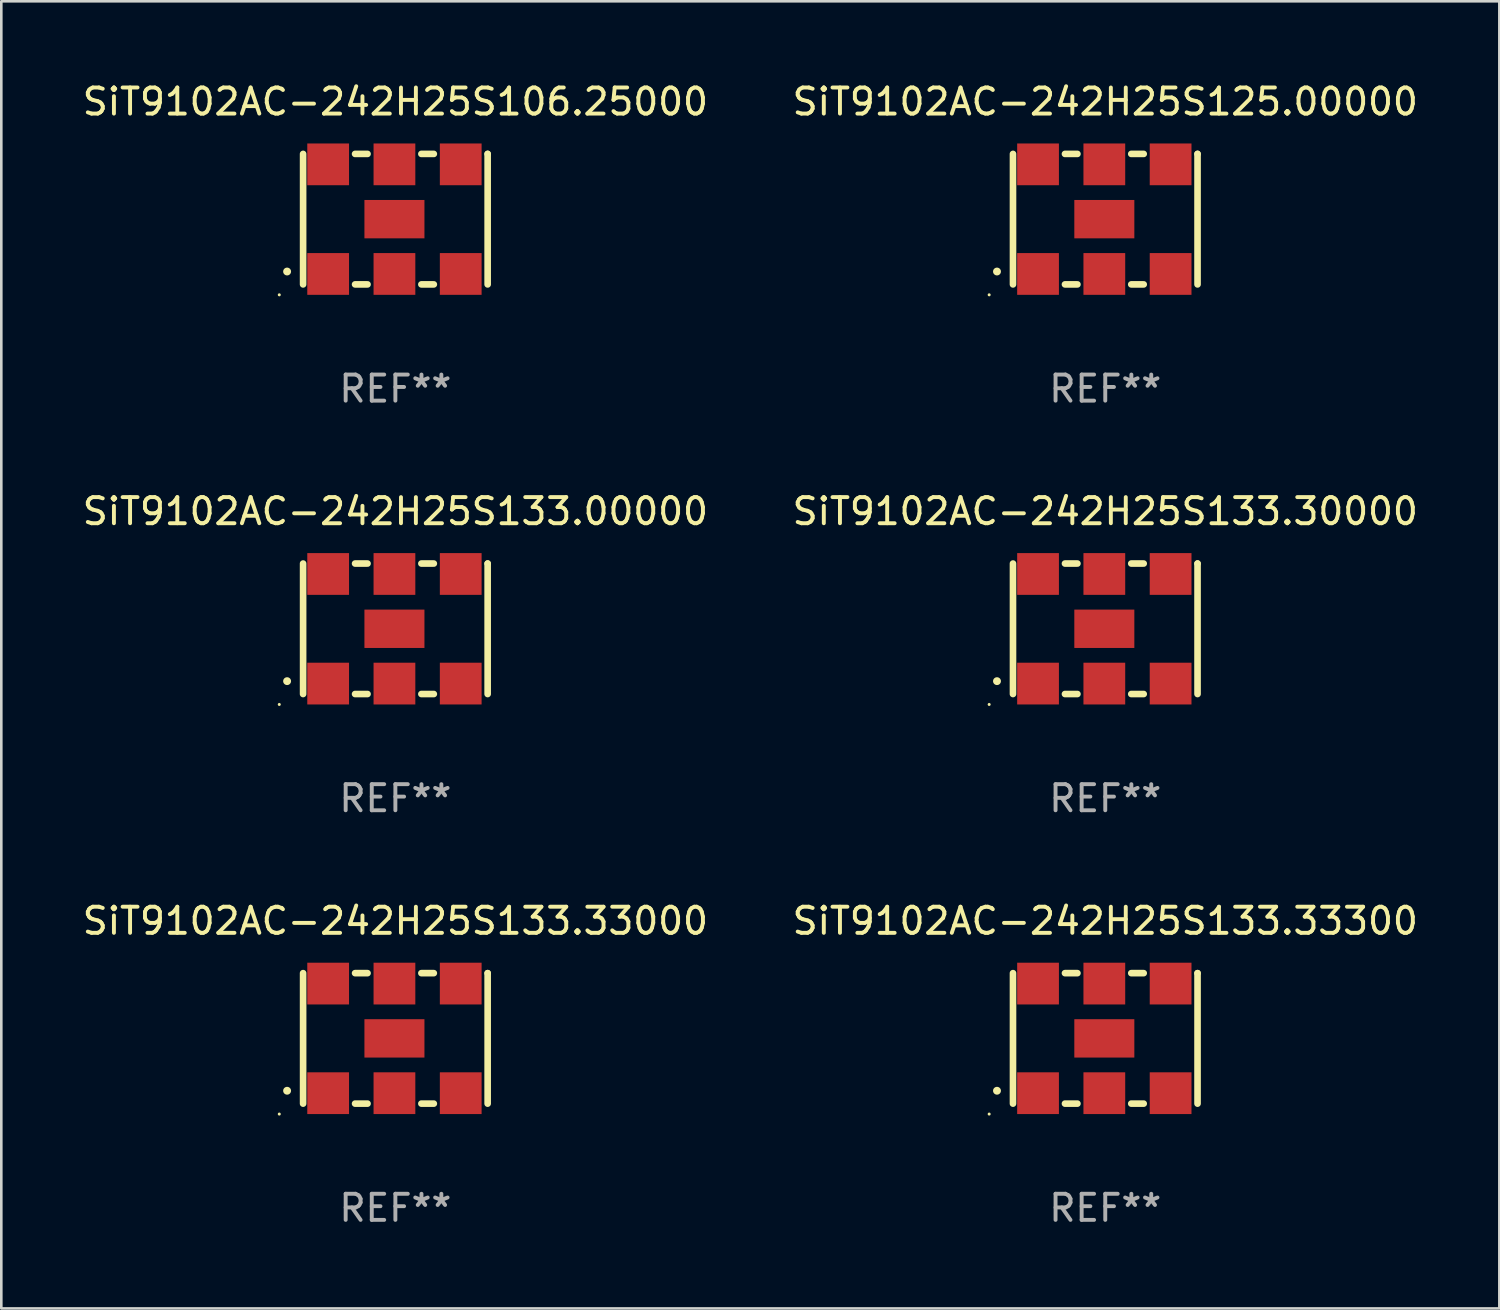
<source format=kicad_pcb>
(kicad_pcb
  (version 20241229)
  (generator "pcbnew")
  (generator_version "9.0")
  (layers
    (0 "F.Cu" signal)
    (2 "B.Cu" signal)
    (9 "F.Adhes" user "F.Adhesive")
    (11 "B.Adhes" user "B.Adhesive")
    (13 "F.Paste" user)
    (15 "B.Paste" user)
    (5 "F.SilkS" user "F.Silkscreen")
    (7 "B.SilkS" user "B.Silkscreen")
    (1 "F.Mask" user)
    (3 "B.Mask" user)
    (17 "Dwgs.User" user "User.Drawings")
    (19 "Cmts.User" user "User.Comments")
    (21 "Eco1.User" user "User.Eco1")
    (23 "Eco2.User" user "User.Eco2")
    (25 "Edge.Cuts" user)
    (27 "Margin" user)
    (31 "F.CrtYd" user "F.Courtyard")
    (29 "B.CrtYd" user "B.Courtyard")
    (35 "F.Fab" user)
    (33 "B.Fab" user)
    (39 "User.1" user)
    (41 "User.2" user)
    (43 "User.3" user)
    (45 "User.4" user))
  (footprint "SiT9102AC-242H25S133.30000"
    (layer "F.Cu")
    (at 39.304 21.045)
    (property "Reference" "SiT9102AC-242H25S133.30000" (at 0 -4.5 0) (layer "F.SilkS") (effects (font (size 1 1) (thickness 0.15))))
    (attr through_hole)
    (fp_line (start -3.536 -2.5) (end -3.536 2.5) (stroke (width 0.254) (type solid)) (layer "F.SilkS"))
    (fp_line (start -1.544 2.5) (end -1.067 2.5) (stroke (width 0.254) (type solid)) (layer "F.SilkS"))
    (fp_line (start -1.067 -2.5) (end -1.544 -2.5) (stroke (width 0.254) (type solid)) (layer "F.SilkS"))
    (fp_line (start 0.996 2.5) (end 1.473 2.5) (stroke (width 0.254) (type solid)) (layer "F.SilkS"))
    (fp_line (start 1.473 -2.5) (end 0.996 -2.5) (stroke (width 0.254) (type solid)) (layer "F.SilkS"))
    (fp_line (start 3.536 -2.5) (end 3.536 -2.5) (stroke (width 0.254) (type solid)) (layer "F.SilkS"))
    (fp_line (start 3.536 2.5) (end 3.536 -2.5) (stroke (width 0.254) (type solid)) (layer "F.SilkS"))
    (fp_arc (start -4.150432 2.006604) (mid -4.149162 2.006599) (end -4.147892 2.006604) (stroke (width 0.3) (type solid)) (layer "F.SilkS"))
    (fp_circle (center -4.449 2.9) (end -4.419 2.9) (stroke (width 0.06) (type solid)) (fill no) (layer "F.SilkS"))
    (fp_text user "REF**" (at 0 6.5 0) (layer "F.Fab") (effects (font (size 1 1) (thickness 0.15))))
    (pad "1" smd rect (at -2.576 2.1) (size 1.6 1.6) (layers "F.Cu" "F.Mask" "F.Paste"))
    (pad "2" smd rect (at -0.036 2.1) (size 1.6 1.6) (layers "F.Cu" "F.Mask" "F.Paste"))
    (pad "3" smd rect (at 2.504 2.1) (size 1.6 1.6) (layers "F.Cu" "F.Mask" "F.Paste"))
    (pad "4" smd rect (at 2.504 -2.1) (size 1.6 1.6) (layers "F.Cu" "F.Mask" "F.Paste"))
    (pad "5" smd rect (at -0.036 -2.1) (size 1.6 1.6) (layers "F.Cu" "F.Mask" "F.Paste"))
    (pad "6" smd rect (at -2.576 -2.1) (size 1.6 1.6) (layers "F.Cu" "F.Mask" "F.Paste"))
    (pad "7" smd rect (at -0.036 0) (size 2.3 1.47) (layers "F.Cu" "F.Mask" "F.Paste")))
  (footprint "SiT9102AC-242H25S106.25000"
    (layer "F.Cu")
    (at 12.101 5.348)
    (property "Reference" "SiT9102AC-242H25S106.25000" (at 0 -4.5 0) (layer "F.SilkS") (effects (font (size 1 1) (thickness 0.15))))
    (attr through_hole)
    (fp_line (start -3.536 -2.5) (end -3.536 2.5) (stroke (width 0.254) (type solid)) (layer "F.SilkS"))
    (fp_line (start -1.544 2.5) (end -1.067 2.5) (stroke (width 0.254) (type solid)) (layer "F.SilkS"))
    (fp_line (start -1.067 -2.5) (end -1.544 -2.5) (stroke (width 0.254) (type solid)) (layer "F.SilkS"))
    (fp_line (start 0.996 2.5) (end 1.473 2.5) (stroke (width 0.254) (type solid)) (layer "F.SilkS"))
    (fp_line (start 1.473 -2.5) (end 0.996 -2.5) (stroke (width 0.254) (type solid)) (layer "F.SilkS"))
    (fp_line (start 3.536 -2.5) (end 3.536 -2.5) (stroke (width 0.254) (type solid)) (layer "F.SilkS"))
    (fp_line (start 3.536 2.5) (end 3.536 -2.5) (stroke (width 0.254) (type solid)) (layer "F.SilkS"))
    (fp_arc (start -4.150432 2.006604) (mid -4.149162 2.006599) (end -4.147892 2.006604) (stroke (width 0.3) (type solid)) (layer "F.SilkS"))
    (fp_circle (center -4.449 2.9) (end -4.419 2.9) (stroke (width 0.06) (type solid)) (fill no) (layer "F.SilkS"))
    (fp_text user "REF**" (at 0 6.5 0) (layer "F.Fab") (effects (font (size 1 1) (thickness 0.15))))
    (pad "1" smd rect (at -2.576 2.1) (size 1.6 1.6) (layers "F.Cu" "F.Mask" "F.Paste"))
    (pad "2" smd rect (at -0.036 2.1) (size 1.6 1.6) (layers "F.Cu" "F.Mask" "F.Paste"))
    (pad "3" smd rect (at 2.504 2.1) (size 1.6 1.6) (layers "F.Cu" "F.Mask" "F.Paste"))
    (pad "4" smd rect (at 2.504 -2.1) (size 1.6 1.6) (layers "F.Cu" "F.Mask" "F.Paste"))
    (pad "5" smd rect (at -0.036 -2.1) (size 1.6 1.6) (layers "F.Cu" "F.Mask" "F.Paste"))
    (pad "6" smd rect (at -2.576 -2.1) (size 1.6 1.6) (layers "F.Cu" "F.Mask" "F.Paste"))
    (pad "7" smd rect (at -0.036 0) (size 2.3 1.47) (layers "F.Cu" "F.Mask" "F.Paste")))
  (footprint "SiT9102AC-242H25S125.00000"
    (layer "F.Cu")
    (at 39.304 5.348)
    (property "Reference" "SiT9102AC-242H25S125.00000" (at 0 -4.5 0) (layer "F.SilkS") (effects (font (size 1 1) (thickness 0.15))))
    (attr through_hole)
    (fp_line (start -3.536 -2.5) (end -3.536 2.5) (stroke (width 0.254) (type solid)) (layer "F.SilkS"))
    (fp_line (start -1.544 2.5) (end -1.067 2.5) (stroke (width 0.254) (type solid)) (layer "F.SilkS"))
    (fp_line (start -1.067 -2.5) (end -1.544 -2.5) (stroke (width 0.254) (type solid)) (layer "F.SilkS"))
    (fp_line (start 0.996 2.5) (end 1.473 2.5) (stroke (width 0.254) (type solid)) (layer "F.SilkS"))
    (fp_line (start 1.473 -2.5) (end 0.996 -2.5) (stroke (width 0.254) (type solid)) (layer "F.SilkS"))
    (fp_line (start 3.536 -2.5) (end 3.536 -2.5) (stroke (width 0.254) (type solid)) (layer "F.SilkS"))
    (fp_line (start 3.536 2.5) (end 3.536 -2.5) (stroke (width 0.254) (type solid)) (layer "F.SilkS"))
    (fp_arc (start -4.150432 2.006604) (mid -4.149162 2.006599) (end -4.147892 2.006604) (stroke (width 0.3) (type solid)) (layer "F.SilkS"))
    (fp_circle (center -4.449 2.9) (end -4.419 2.9) (stroke (width 0.06) (type solid)) (fill no) (layer "F.SilkS"))
    (fp_text user "REF**" (at 0 6.5 0) (layer "F.Fab") (effects (font (size 1 1) (thickness 0.15))))
    (pad "1" smd rect (at -2.576 2.1) (size 1.6 1.6) (layers "F.Cu" "F.Mask" "F.Paste"))
    (pad "2" smd rect (at -0.036 2.1) (size 1.6 1.6) (layers "F.Cu" "F.Mask" "F.Paste"))
    (pad "3" smd rect (at 2.504 2.1) (size 1.6 1.6) (layers "F.Cu" "F.Mask" "F.Paste"))
    (pad "4" smd rect (at 2.504 -2.1) (size 1.6 1.6) (layers "F.Cu" "F.Mask" "F.Paste"))
    (pad "5" smd rect (at -0.036 -2.1) (size 1.6 1.6) (layers "F.Cu" "F.Mask" "F.Paste"))
    (pad "6" smd rect (at -2.576 -2.1) (size 1.6 1.6) (layers "F.Cu" "F.Mask" "F.Paste"))
    (pad "7" smd rect (at -0.036 0) (size 2.3 1.47) (layers "F.Cu" "F.Mask" "F.Paste")))
  (footprint "SiT9102AC-242H25S133.33300"
    (layer "F.Cu")
    (at 39.304 36.741)
    (property "Reference" "SiT9102AC-242H25S133.33300" (at 0 -4.5 0) (layer "F.SilkS") (effects (font (size 1 1) (thickness 0.15))))
    (attr through_hole)
    (fp_line (start -3.536 -2.5) (end -3.536 2.5) (stroke (width 0.254) (type solid)) (layer "F.SilkS"))
    (fp_line (start -1.544 2.5) (end -1.067 2.5) (stroke (width 0.254) (type solid)) (layer "F.SilkS"))
    (fp_line (start -1.067 -2.5) (end -1.544 -2.5) (stroke (width 0.254) (type solid)) (layer "F.SilkS"))
    (fp_line (start 0.996 2.5) (end 1.473 2.5) (stroke (width 0.254) (type solid)) (layer "F.SilkS"))
    (fp_line (start 1.473 -2.5) (end 0.996 -2.5) (stroke (width 0.254) (type solid)) (layer "F.SilkS"))
    (fp_line (start 3.536 -2.5) (end 3.536 -2.5) (stroke (width 0.254) (type solid)) (layer "F.SilkS"))
    (fp_line (start 3.536 2.5) (end 3.536 -2.5) (stroke (width 0.254) (type solid)) (layer "F.SilkS"))
    (fp_arc (start -4.150432 2.006604) (mid -4.149162 2.006599) (end -4.147892 2.006604) (stroke (width 0.3) (type solid)) (layer "F.SilkS"))
    (fp_circle (center -4.449 2.9) (end -4.419 2.9) (stroke (width 0.06) (type solid)) (fill no) (layer "F.SilkS"))
    (fp_text user "REF**" (at 0 6.5 0) (layer "F.Fab") (effects (font (size 1 1) (thickness 0.15))))
    (pad "1" smd rect (at -2.576 2.1) (size 1.6 1.6) (layers "F.Cu" "F.Mask" "F.Paste"))
    (pad "2" smd rect (at -0.036 2.1) (size 1.6 1.6) (layers "F.Cu" "F.Mask" "F.Paste"))
    (pad "3" smd rect (at 2.504 2.1) (size 1.6 1.6) (layers "F.Cu" "F.Mask" "F.Paste"))
    (pad "4" smd rect (at 2.504 -2.1) (size 1.6 1.6) (layers "F.Cu" "F.Mask" "F.Paste"))
    (pad "5" smd rect (at -0.036 -2.1) (size 1.6 1.6) (layers "F.Cu" "F.Mask" "F.Paste"))
    (pad "6" smd rect (at -2.576 -2.1) (size 1.6 1.6) (layers "F.Cu" "F.Mask" "F.Paste"))
    (pad "7" smd rect (at -0.036 0) (size 2.3 1.47) (layers "F.Cu" "F.Mask" "F.Paste")))
  (footprint "SiT9102AC-242H25S133.00000"
    (layer "F.Cu")
    (at 12.101 21.045)
    (property "Reference" "SiT9102AC-242H25S133.00000" (at 0 -4.5 0) (layer "F.SilkS") (effects (font (size 1 1) (thickness 0.15))))
    (attr through_hole)
    (fp_line (start -3.536 -2.5) (end -3.536 2.5) (stroke (width 0.254) (type solid)) (layer "F.SilkS"))
    (fp_line (start -1.544 2.5) (end -1.067 2.5) (stroke (width 0.254) (type solid)) (layer "F.SilkS"))
    (fp_line (start -1.067 -2.5) (end -1.544 -2.5) (stroke (width 0.254) (type solid)) (layer "F.SilkS"))
    (fp_line (start 0.996 2.5) (end 1.473 2.5) (stroke (width 0.254) (type solid)) (layer "F.SilkS"))
    (fp_line (start 1.473 -2.5) (end 0.996 -2.5) (stroke (width 0.254) (type solid)) (layer "F.SilkS"))
    (fp_line (start 3.536 -2.5) (end 3.536 -2.5) (stroke (width 0.254) (type solid)) (layer "F.SilkS"))
    (fp_line (start 3.536 2.5) (end 3.536 -2.5) (stroke (width 0.254) (type solid)) (layer "F.SilkS"))
    (fp_arc (start -4.150432 2.006604) (mid -4.149162 2.006599) (end -4.147892 2.006604) (stroke (width 0.3) (type solid)) (layer "F.SilkS"))
    (fp_circle (center -4.449 2.9) (end -4.419 2.9) (stroke (width 0.06) (type solid)) (fill no) (layer "F.SilkS"))
    (fp_text user "REF**" (at 0 6.5 0) (layer "F.Fab") (effects (font (size 1 1) (thickness 0.15))))
    (pad "1" smd rect (at -2.576 2.1) (size 1.6 1.6) (layers "F.Cu" "F.Mask" "F.Paste"))
    (pad "2" smd rect (at -0.036 2.1) (size 1.6 1.6) (layers "F.Cu" "F.Mask" "F.Paste"))
    (pad "3" smd rect (at 2.504 2.1) (size 1.6 1.6) (layers "F.Cu" "F.Mask" "F.Paste"))
    (pad "4" smd rect (at 2.504 -2.1) (size 1.6 1.6) (layers "F.Cu" "F.Mask" "F.Paste"))
    (pad "5" smd rect (at -0.036 -2.1) (size 1.6 1.6) (layers "F.Cu" "F.Mask" "F.Paste"))
    (pad "6" smd rect (at -2.576 -2.1) (size 1.6 1.6) (layers "F.Cu" "F.Mask" "F.Paste"))
    (pad "7" smd rect (at -0.036 0) (size 2.3 1.47) (layers "F.Cu" "F.Mask" "F.Paste")))
  (footprint "SiT9102AC-242H25S133.33000"
    (layer "F.Cu")
    (at 12.101 36.741)
    (property "Reference" "SiT9102AC-242H25S133.33000" (at 0 -4.5 0) (layer "F.SilkS") (effects (font (size 1 1) (thickness 0.15))))
    (attr through_hole)
    (fp_line (start -3.536 -2.5) (end -3.536 2.5) (stroke (width 0.254) (type solid)) (layer "F.SilkS"))
    (fp_line (start -1.544 2.5) (end -1.067 2.5) (stroke (width 0.254) (type solid)) (layer "F.SilkS"))
    (fp_line (start -1.067 -2.5) (end -1.544 -2.5) (stroke (width 0.254) (type solid)) (layer "F.SilkS"))
    (fp_line (start 0.996 2.5) (end 1.473 2.5) (stroke (width 0.254) (type solid)) (layer "F.SilkS"))
    (fp_line (start 1.473 -2.5) (end 0.996 -2.5) (stroke (width 0.254) (type solid)) (layer "F.SilkS"))
    (fp_line (start 3.536 -2.5) (end 3.536 -2.5) (stroke (width 0.254) (type solid)) (layer "F.SilkS"))
    (fp_line (start 3.536 2.5) (end 3.536 -2.5) (stroke (width 0.254) (type solid)) (layer "F.SilkS"))
    (fp_arc (start -4.150432 2.006604) (mid -4.149162 2.006599) (end -4.147892 2.006604) (stroke (width 0.3) (type solid)) (layer "F.SilkS"))
    (fp_circle (center -4.449 2.9) (end -4.419 2.9) (stroke (width 0.06) (type solid)) (fill no) (layer "F.SilkS"))
    (fp_text user "REF**" (at 0 6.5 0) (layer "F.Fab") (effects (font (size 1 1) (thickness 0.15))))
    (pad "1" smd rect (at -2.576 2.1) (size 1.6 1.6) (layers "F.Cu" "F.Mask" "F.Paste"))
    (pad "2" smd rect (at -0.036 2.1) (size 1.6 1.6) (layers "F.Cu" "F.Mask" "F.Paste"))
    (pad "3" smd rect (at 2.504 2.1) (size 1.6 1.6) (layers "F.Cu" "F.Mask" "F.Paste"))
    (pad "4" smd rect (at 2.504 -2.1) (size 1.6 1.6) (layers "F.Cu" "F.Mask" "F.Paste"))
    (pad "5" smd rect (at -0.036 -2.1) (size 1.6 1.6) (layers "F.Cu" "F.Mask" "F.Paste"))
    (pad "6" smd rect (at -2.576 -2.1) (size 1.6 1.6) (layers "F.Cu" "F.Mask" "F.Paste"))
    (pad "7" smd rect (at -0.036 0) (size 2.3 1.47) (layers "F.Cu" "F.Mask" "F.Paste")))
  (gr_rect
    (start -3 -3)
    (end 54.405 47.09)
    (stroke (width 0.1) (type default))
    (fill no)
    (layer "Edge.Cuts")))
</source>
